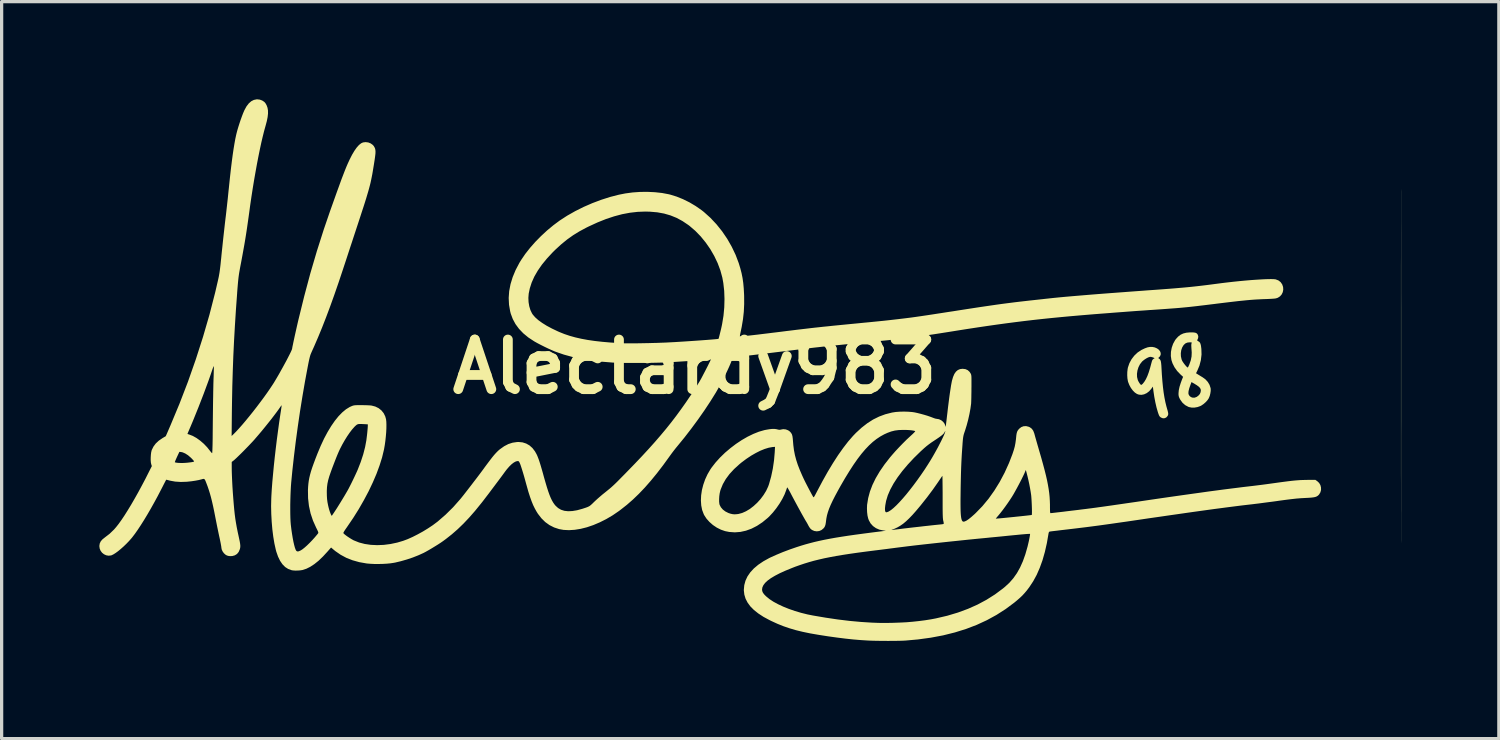
<source format=kicad_pcb>
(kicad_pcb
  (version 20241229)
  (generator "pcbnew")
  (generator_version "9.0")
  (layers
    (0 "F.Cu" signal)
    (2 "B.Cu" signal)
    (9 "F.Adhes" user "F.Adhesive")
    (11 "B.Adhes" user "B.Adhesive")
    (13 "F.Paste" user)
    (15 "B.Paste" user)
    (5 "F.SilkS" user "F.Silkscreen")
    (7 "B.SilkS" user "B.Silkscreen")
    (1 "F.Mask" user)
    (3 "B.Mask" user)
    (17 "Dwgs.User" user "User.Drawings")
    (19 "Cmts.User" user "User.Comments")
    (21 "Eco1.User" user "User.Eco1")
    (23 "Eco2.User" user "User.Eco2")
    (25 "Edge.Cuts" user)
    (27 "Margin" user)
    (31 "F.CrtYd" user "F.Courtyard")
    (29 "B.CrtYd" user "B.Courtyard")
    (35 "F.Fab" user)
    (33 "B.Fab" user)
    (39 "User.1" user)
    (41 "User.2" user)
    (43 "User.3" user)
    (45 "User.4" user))
  (footprint "Alectardy983"
    (layer "F.Cu")
    (at 18.275 8.208)
    (property "Reference" "Alectardy983" (at 0 0 0) (layer "F.SilkS") (effects (font (size 1.524 1.524) (thickness 0.3))))
    (attr board_only exclude_from_pos_files exclude_from_bom)
    (fp_poly (pts (xy 21.687 -5.555) (xy 21.687 -5.524) (xy 21.687 -5.471) (xy 21.688 -5.393) (xy 21.688 -5.292) (xy 21.688 -5.166) (xy 21.688 -5.016) (xy 21.688 -4.842) (xy 21.688 -4.642) (xy 21.688 -4.505) (xy 21.689 -4.108) (xy 21.689 -3.688) (xy 21.689 -3.247) (xy 21.689 -2.79) (xy 21.689 -2.317) (xy 21.69 -1.832) (xy 21.69 -1.337) (xy 21.69 -0.836) (xy 21.69 -0.33) (xy 21.69 0.178) (xy 21.69 0.684) (xy 21.69 1.187) (xy 21.69 1.684) (xy 21.689 2.173) (xy 21.689 2.649) (xy 21.689 3.112) (xy 21.689 3.558) (xy 21.689 3.984) (xy 21.689 4.389) (xy 21.688 4.505) (xy 21.688 4.721) (xy 21.688 4.911) (xy 21.688 5.076) (xy 21.688 5.217) (xy 21.688 5.333) (xy 21.687 5.425) (xy 21.687 5.494) (xy 21.687 5.539) (xy 21.687 5.561) (xy 21.687 5.559) (xy 21.687 5.536) (xy 21.687 5.489) (xy 21.687 5.421) (xy 21.686 5.331) (xy 21.686 5.219) (xy 21.686 5.086) (xy 21.686 4.932) (xy 21.686 4.757) (xy 21.686 4.562) (xy 21.686 4.346) (xy 21.686 4.111) (xy 21.686 3.855) (xy 21.686 3.581) (xy 21.685 3.287) (xy 21.685 2.974) (xy 21.685 2.643) (xy 21.685 2.293) (xy 21.685 1.926) (xy 21.685 1.541) (xy 21.685 1.138) (xy 21.685 0.718) (xy 21.685 0.281) (xy 21.685 0) (xy 21.685 -0.447) (xy 21.685 -0.878) (xy 21.685 -1.292) (xy 21.685 -1.688) (xy 21.685 -2.067) (xy 21.685 -2.427) (xy 21.685 -2.77) (xy 21.685 -3.094) (xy 21.686 -3.4) (xy 21.686 -3.686) (xy 21.686 -3.954) (xy 21.686 -4.202) (xy 21.686 -4.43) (xy 21.686 -4.638) (xy 21.686 -4.825) (xy 21.686 -4.993) (xy 21.686 -5.139) (xy 21.686 -5.264) (xy 21.686 -5.368) (xy 21.687 -5.449) (xy 21.687 -5.509) (xy 21.687 -5.547) (xy 21.687 -5.563)) (stroke (width 0) (type solid)) (fill yes) (layer "F.SilkS"))
    (fp_poly (pts (xy 14.056 -0.607) (xy 14.127 -0.592) (xy 14.196 -0.562) (xy 14.251 -0.522) (xy 14.289 -0.474) (xy 14.308 -0.422) (xy 14.308 -0.37) (xy 14.287 -0.321) (xy 14.265 -0.297) (xy 14.232 -0.266) (xy 14.26 -0.246) (xy 14.283 -0.226) (xy 14.301 -0.198) (xy 14.314 -0.159) (xy 14.322 -0.106) (xy 14.329 -0.033) (xy 14.331 0.006) (xy 14.344 0.235) (xy 14.36 0.441) (xy 14.378 0.627) (xy 14.399 0.795) (xy 14.424 0.948) (xy 14.452 1.089) (xy 14.484 1.219) (xy 14.503 1.286) (xy 14.523 1.356) (xy 14.535 1.408) (xy 14.54 1.445) (xy 14.537 1.474) (xy 14.527 1.5) (xy 14.521 1.511) (xy 14.481 1.557) (xy 14.431 1.581) (xy 14.375 1.583) (xy 14.318 1.561) (xy 14.31 1.556) (xy 14.289 1.539) (xy 14.272 1.52) (xy 14.257 1.493) (xy 14.241 1.452) (xy 14.221 1.393) (xy 14.219 1.386) (xy 14.18 1.25) (xy 14.144 1.094) (xy 14.112 0.925) (xy 14.089 0.772) (xy 14.068 0.611) (xy 14.02 0.678) (xy 13.954 0.754) (xy 13.879 0.811) (xy 13.799 0.848) (xy 13.718 0.864) (xy 13.638 0.857) (xy 13.581 0.837) (xy 13.516 0.794) (xy 13.453 0.731) (xy 13.395 0.653) (xy 13.346 0.564) (xy 13.309 0.47) (xy 13.301 0.441) (xy 13.287 0.359) (xy 13.281 0.262) (xy 13.282 0.218) (xy 13.58 0.218) (xy 13.583 0.317) (xy 13.605 0.407) (xy 13.609 0.417) (xy 13.63 0.46) (xy 13.655 0.502) (xy 13.68 0.535) (xy 13.701 0.556) (xy 13.709 0.559) (xy 13.727 0.55) (xy 13.752 0.529) (xy 13.757 0.524) (xy 13.807 0.461) (xy 13.855 0.382) (xy 13.9 0.285) (xy 13.943 0.169) (xy 13.985 0.031) (xy 14.028 -0.13) (xy 14.028 -0.13) (xy 14.042 -0.18) (xy 14.057 -0.211) (xy 14.077 -0.232) (xy 14.086 -0.239) (xy 14.123 -0.262) (xy 14.073 -0.285) (xy 14.011 -0.302) (xy 13.975 -0.301) (xy 13.924 -0.285) (xy 13.863 -0.253) (xy 13.801 -0.212) (xy 13.744 -0.165) (xy 13.732 -0.152) (xy 13.672 -0.075) (xy 13.626 0.016) (xy 13.595 0.116) (xy 13.58 0.218) (xy 13.282 0.218) (xy 13.283 0.162) (xy 13.294 0.067) (xy 13.302 0.025) (xy 13.347 -0.106) (xy 13.413 -0.229) (xy 13.498 -0.34) (xy 13.599 -0.436) (xy 13.713 -0.512) (xy 13.725 -0.518) (xy 13.824 -0.565) (xy 13.908 -0.595) (xy 13.984 -0.608)) (stroke (width 0) (type solid)) (fill yes) (layer "F.SilkS"))
    (fp_poly (pts (xy 15.316 -1.052) (xy 15.366 -1.045) (xy 15.402 -1.032) (xy 15.428 -1.01) (xy 15.444 -0.988) (xy 15.462 -0.936) (xy 15.458 -0.879) (xy 15.437 -0.831) (xy 15.428 -0.813) (xy 15.434 -0.8) (xy 15.458 -0.784) (xy 15.465 -0.78) (xy 15.495 -0.76) (xy 15.516 -0.734) (xy 15.532 -0.696) (xy 15.545 -0.642) (xy 15.554 -0.569) (xy 15.557 -0.548) (xy 15.562 -0.374) (xy 15.542 -0.202) (xy 15.498 -0.033) (xy 15.431 0.126) (xy 15.393 0.201) (xy 15.453 0.238) (xy 15.497 0.265) (xy 15.55 0.298) (xy 15.591 0.322) (xy 15.682 0.388) (xy 15.755 0.468) (xy 15.808 0.557) (xy 15.839 0.652) (xy 15.844 0.679) (xy 15.844 0.743) (xy 15.833 0.819) (xy 15.814 0.896) (xy 15.786 0.965) (xy 15.785 0.968) (xy 15.744 1.029) (xy 15.687 1.091) (xy 15.62 1.149) (xy 15.55 1.196) (xy 15.523 1.209) (xy 15.439 1.239) (xy 15.347 1.255) (xy 15.257 1.255) (xy 15.177 1.239) (xy 15.16 1.233) (xy 15.061 1.18) (xy 14.978 1.107) (xy 14.91 1.013) (xy 14.894 0.984) (xy 14.873 0.939) (xy 14.861 0.9) (xy 14.856 0.857) (xy 14.856 0.813) (xy 14.856 0.812) (xy 15.159 0.812) (xy 15.164 0.846) (xy 15.193 0.897) (xy 15.238 0.933) (xy 15.292 0.951) (xy 15.352 0.95) (xy 15.411 0.928) (xy 15.424 0.92) (xy 15.477 0.878) (xy 15.512 0.835) (xy 15.533 0.783) (xy 15.541 0.734) (xy 15.536 0.691) (xy 15.514 0.651) (xy 15.475 0.611) (xy 15.415 0.567) (xy 15.356 0.531) (xy 15.254 0.472) (xy 15.221 0.56) (xy 15.185 0.663) (xy 15.164 0.748) (xy 15.159 0.812) (xy 14.856 0.812) (xy 14.864 0.722) (xy 14.887 0.615) (xy 14.925 0.495) (xy 14.96 0.4) (xy 14.996 0.311) (xy 14.915 0.237) (xy 14.814 0.132) (xy 14.732 0.016) (xy 14.671 -0.105) (xy 14.638 -0.204) (xy 14.62 -0.327) (xy 14.622 -0.413) (xy 14.926 -0.413) (xy 14.929 -0.318) (xy 14.949 -0.227) (xy 14.967 -0.183) (xy 14.988 -0.147) (xy 15.017 -0.105) (xy 15.05 -0.062) (xy 15.083 -0.023) (xy 15.113 0.008) (xy 15.134 0.024) (xy 15.138 0.025) (xy 15.148 0.015) (xy 15.163 -0.014) (xy 15.182 -0.056) (xy 15.188 -0.069) (xy 15.232 -0.195) (xy 15.256 -0.314) (xy 15.261 -0.434) (xy 15.258 -0.483) (xy 15.252 -0.562) (xy 15.249 -0.621) (xy 15.248 -0.663) (xy 15.25 -0.694) (xy 15.255 -0.716) (xy 15.257 -0.721) (xy 15.261 -0.737) (xy 15.255 -0.746) (xy 15.232 -0.749) (xy 15.202 -0.749) (xy 15.128 -0.741) (xy 15.067 -0.715) (xy 15.016 -0.668) (xy 15.013 -0.665) (xy 14.969 -0.593) (xy 14.939 -0.507) (xy 14.926 -0.413) (xy 14.622 -0.413) (xy 14.623 -0.454) (xy 14.647 -0.582) (xy 14.689 -0.703) (xy 14.749 -0.812) (xy 14.774 -0.847) (xy 14.844 -0.924) (xy 14.918 -0.981) (xy 15.001 -1.02) (xy 15.098 -1.044) (xy 15.211 -1.054) (xy 15.246 -1.054)) (stroke (width 0) (type solid)) (fill yes) (layer "F.SilkS"))
    (fp_poly (pts (xy 8.312 0.074) (xy 8.383 0.105) (xy 8.441 0.158) (xy 8.475 0.21) (xy 8.482 0.225) (xy 8.488 0.241) (xy 8.492 0.26) (xy 8.496 0.287) (xy 8.498 0.323) (xy 8.499 0.372) (xy 8.499 0.436) (xy 8.499 0.519) (xy 8.499 0.624) (xy 8.498 0.66) (xy 8.498 0.762) (xy 8.496 0.859) (xy 8.495 0.947) (xy 8.493 1.023) (xy 8.491 1.082) (xy 8.489 1.121) (xy 8.489 1.13) (xy 8.468 1.284) (xy 8.437 1.453) (xy 8.398 1.627) (xy 8.352 1.8) (xy 8.301 1.964) (xy 8.294 1.984) (xy 8.276 2.037) (xy 8.262 2.082) (xy 8.252 2.124) (xy 8.244 2.169) (xy 8.237 2.222) (xy 8.231 2.288) (xy 8.224 2.374) (xy 8.224 2.384) (xy 8.213 2.537) (xy 8.203 2.682) (xy 8.195 2.824) (xy 8.188 2.966) (xy 8.182 3.114) (xy 8.177 3.271) (xy 8.173 3.442) (xy 8.169 3.632) (xy 8.167 3.74) (xy 8.165 3.922) (xy 8.163 4.081) (xy 8.163 4.218) (xy 8.164 4.334) (xy 8.166 4.433) (xy 8.17 4.514) (xy 8.176 4.581) (xy 8.183 4.635) (xy 8.192 4.678) (xy 8.203 4.711) (xy 8.216 4.736) (xy 8.221 4.742) (xy 8.247 4.758) (xy 8.288 4.752) (xy 8.343 4.727) (xy 8.412 4.681) (xy 8.433 4.664) (xy 9.246 4.664) (xy 9.258 4.664) (xy 9.292 4.661) (xy 9.345 4.657) (xy 9.414 4.651) (xy 9.496 4.643) (xy 9.588 4.634) (xy 9.686 4.624) (xy 9.788 4.614) (xy 9.89 4.603) (xy 9.989 4.593) (xy 10.082 4.583) (xy 10.166 4.574) (xy 10.238 4.566) (xy 10.295 4.559) (xy 10.333 4.554) (xy 10.35 4.551) (xy 10.35 4.551) (xy 10.354 4.535) (xy 10.355 4.498) (xy 10.356 4.443) (xy 10.355 4.377) (xy 10.353 4.301) (xy 10.35 4.221) (xy 10.346 4.141) (xy 10.342 4.066) (xy 10.337 3.998) (xy 10.332 3.943) (xy 10.331 3.937) (xy 10.317 3.843) (xy 10.298 3.732) (xy 10.275 3.612) (xy 10.249 3.49) (xy 10.222 3.375) (xy 10.197 3.277) (xy 10.168 3.169) (xy 10.142 3.232) (xy 10.118 3.288) (xy 10.083 3.361) (xy 10.041 3.447) (xy 9.993 3.541) (xy 9.941 3.64) (xy 9.889 3.737) (xy 9.838 3.829) (xy 9.792 3.911) (xy 9.751 3.979) (xy 9.747 3.986) (xy 9.683 4.084) (xy 9.612 4.189) (xy 9.536 4.296) (xy 9.46 4.399) (xy 9.388 4.491) (xy 9.325 4.568) (xy 9.314 4.58) (xy 9.283 4.617) (xy 9.259 4.646) (xy 9.246 4.662) (xy 9.246 4.664) (xy 8.433 4.664) (xy 8.495 4.614) (xy 8.592 4.528) (xy 8.633 4.489) (xy 8.834 4.282) (xy 9.024 4.053) (xy 9.201 3.804) (xy 9.366 3.537) (xy 9.517 3.253) (xy 9.652 2.955) (xy 9.756 2.686) (xy 9.797 2.563) (xy 9.828 2.452) (xy 9.849 2.343) (xy 9.865 2.226) (xy 9.869 2.185) (xy 9.877 2.105) (xy 9.887 2.045) (xy 9.9 1.999) (xy 9.919 1.961) (xy 9.945 1.926) (xy 9.968 1.901) (xy 10.03 1.853) (xy 10.102 1.827) (xy 10.179 1.824) (xy 10.258 1.844) (xy 10.297 1.863) (xy 10.353 1.906) (xy 10.396 1.967) (xy 10.427 2.047) (xy 10.433 2.069) (xy 10.442 2.101) (xy 10.456 2.153) (xy 10.476 2.223) (xy 10.5 2.307) (xy 10.527 2.401) (xy 10.556 2.501) (xy 10.578 2.577) (xy 10.642 2.797) (xy 10.697 2.996) (xy 10.745 3.176) (xy 10.786 3.34) (xy 10.82 3.489) (xy 10.847 3.627) (xy 10.869 3.757) (xy 10.886 3.879) (xy 10.898 3.998) (xy 10.905 4.115) (xy 10.909 4.233) (xy 10.909 4.305) (xy 10.91 4.381) (xy 10.911 4.435) (xy 10.914 4.47) (xy 10.919 4.489) (xy 10.925 4.496) (xy 10.926 4.496) (xy 10.945 4.494) (xy 10.986 4.49) (xy 11.047 4.483) (xy 11.124 4.474) (xy 11.215 4.464) (xy 11.317 4.452) (xy 11.427 4.438) (xy 11.543 4.424) (xy 11.661 4.41) (xy 11.779 4.396) (xy 11.894 4.381) (xy 12.003 4.368) (xy 12.102 4.355) (xy 12.191 4.344) (xy 12.249 4.336) (xy 12.319 4.327) (xy 12.41 4.314) (xy 12.521 4.299) (xy 12.648 4.281) (xy 12.789 4.261) (xy 12.941 4.239) (xy 13.1 4.216) (xy 13.265 4.192) (xy 13.431 4.168) (xy 13.576 4.147) (xy 13.955 4.091) (xy 14.31 4.039) (xy 14.642 3.991) (xy 14.953 3.947) (xy 15.245 3.906) (xy 15.518 3.868) (xy 15.773 3.832) (xy 16.014 3.8) (xy 16.239 3.77) (xy 16.452 3.743) (xy 16.652 3.718) (xy 16.842 3.694) (xy 17.023 3.673) (xy 17.101 3.664) (xy 17.193 3.653) (xy 17.304 3.639) (xy 17.426 3.624) (xy 17.553 3.607) (xy 17.677 3.59) (xy 17.786 3.575) (xy 17.95 3.552) (xy 18.093 3.533) (xy 18.216 3.517) (xy 18.325 3.504) (xy 18.422 3.494) (xy 18.509 3.487) (xy 18.592 3.481) (xy 18.672 3.478) (xy 18.753 3.476) (xy 18.809 3.475) (xy 19.056 3.473) (xy 19.115 3.514) (xy 19.172 3.568) (xy 19.211 3.634) (xy 19.23 3.708) (xy 19.231 3.784) (xy 19.211 3.857) (xy 19.172 3.922) (xy 19.149 3.946) (xy 19.121 3.969) (xy 19.088 3.987) (xy 19.048 4.001) (xy 18.995 4.011) (xy 18.928 4.019) (xy 18.84 4.025) (xy 18.796 4.027) (xy 18.709 4.032) (xy 18.629 4.036) (xy 18.553 4.042) (xy 18.477 4.048) (xy 18.396 4.057) (xy 18.308 4.067) (xy 18.209 4.079) (xy 18.094 4.094) (xy 17.961 4.112) (xy 17.85 4.128) (xy 17.726 4.145) (xy 17.592 4.162) (xy 17.455 4.18) (xy 17.321 4.198) (xy 17.197 4.213) (xy 17.09 4.226) (xy 17.062 4.229) (xy 16.923 4.245) (xy 16.779 4.262) (xy 16.629 4.281) (xy 16.473 4.301) (xy 16.309 4.322) (xy 16.136 4.345) (xy 15.952 4.369) (xy 15.756 4.396) (xy 15.546 4.425) (xy 15.323 4.456) (xy 15.084 4.49) (xy 14.827 4.527) (xy 14.553 4.566) (xy 14.258 4.609) (xy 13.943 4.654) (xy 13.606 4.704) (xy 13.246 4.757) (xy 13.125 4.774) (xy 12.755 4.827) (xy 12.395 4.877) (xy 12.035 4.924) (xy 11.666 4.969) (xy 11.43 4.997) (xy 11.319 5.01) (xy 11.215 5.022) (xy 11.121 5.034) (xy 11.04 5.043) (xy 10.975 5.051) (xy 10.929 5.057) (xy 10.904 5.061) (xy 10.901 5.061) (xy 10.881 5.072) (xy 10.87 5.098) (xy 10.865 5.121) (xy 10.814 5.416) (xy 10.752 5.689) (xy 10.68 5.941) (xy 10.596 6.174) (xy 10.502 6.389) (xy 10.395 6.586) (xy 10.275 6.768) (xy 10.197 6.871) (xy 10.129 6.951) (xy 10.061 7.025) (xy 9.985 7.097) (xy 9.898 7.173) (xy 9.816 7.241) (xy 9.549 7.44) (xy 9.268 7.62) (xy 8.972 7.782) (xy 8.66 7.926) (xy 8.333 8.051) (xy 7.989 8.158) (xy 7.628 8.248) (xy 7.25 8.319) (xy 6.855 8.373) (xy 6.477 8.407) (xy 6.403 8.411) (xy 6.307 8.414) (xy 6.196 8.416) (xy 6.072 8.417) (xy 5.941 8.418) (xy 5.807 8.417) (xy 5.675 8.416) (xy 5.549 8.414) (xy 5.433 8.411) (xy 5.333 8.407) (xy 5.315 8.406) (xy 5.095 8.392) (xy 4.866 8.373) (xy 4.625 8.347) (xy 4.37 8.315) (xy 4.096 8.277) (xy 3.802 8.231) (xy 3.791 8.229) (xy 3.543 8.186) (xy 3.317 8.139) (xy 3.108 8.088) (xy 2.912 8.03) (xy 2.725 7.966) (xy 2.543 7.893) (xy 2.362 7.81) (xy 2.299 7.779) (xy 2.115 7.68) (xy 1.956 7.576) (xy 1.821 7.469) (xy 1.711 7.358) (xy 1.626 7.242) (xy 1.564 7.122) (xy 1.526 6.996) (xy 1.511 6.865) (xy 1.511 6.849) (xy 1.512 6.84) (xy 2.07 6.84) (xy 2.076 6.888) (xy 2.096 6.936) (xy 2.132 6.986) (xy 2.187 7.043) (xy 2.202 7.056) (xy 2.3 7.136) (xy 2.422 7.216) (xy 2.563 7.292) (xy 2.721 7.366) (xy 2.893 7.435) (xy 3.077 7.499) (xy 3.269 7.556) (xy 3.466 7.605) (xy 3.632 7.638) (xy 4.019 7.704) (xy 4.396 7.76) (xy 4.76 7.804) (xy 5.11 7.836) (xy 5.441 7.857) (xy 5.524 7.86) (xy 5.623 7.864) (xy 5.713 7.866) (xy 5.799 7.867) (xy 5.886 7.867) (xy 5.978 7.865) (xy 6.082 7.863) (xy 6.201 7.859) (xy 6.331 7.854) (xy 6.507 7.845) (xy 6.696 7.829) (xy 6.891 7.808) (xy 7.083 7.783) (xy 7.264 7.754) (xy 7.41 7.726) (xy 7.757 7.645) (xy 8.084 7.547) (xy 8.393 7.433) (xy 8.685 7.303) (xy 8.961 7.155) (xy 9.222 6.99) (xy 9.469 6.806) (xy 9.526 6.759) (xy 9.663 6.633) (xy 9.785 6.493) (xy 9.895 6.337) (xy 9.992 6.163) (xy 10.078 5.971) (xy 10.154 5.757) (xy 10.221 5.522) (xy 10.222 5.518) (xy 10.24 5.442) (xy 10.258 5.365) (xy 10.273 5.293) (xy 10.285 5.229) (xy 10.294 5.178) (xy 10.298 5.144) (xy 10.297 5.133) (xy 10.284 5.132) (xy 10.249 5.133) (xy 10.194 5.136) (xy 10.123 5.142) (xy 10.04 5.149) (xy 9.945 5.158) (xy 9.887 5.164) (xy 9.771 5.175) (xy 9.637 5.188) (xy 9.491 5.203) (xy 9.342 5.218) (xy 9.195 5.232) (xy 9.057 5.245) (xy 9.004 5.251) (xy 8.701 5.28) (xy 8.4 5.31) (xy 8.104 5.341) (xy 7.815 5.371) (xy 7.536 5.401) (xy 7.269 5.43) (xy 7.016 5.458) (xy 6.778 5.485) (xy 6.559 5.511) (xy 6.36 5.536) (xy 6.184 5.558) (xy 6.147 5.563) (xy 6.087 5.571) (xy 6.007 5.581) (xy 5.911 5.594) (xy 5.806 5.607) (xy 5.695 5.621) (xy 5.584 5.635) (xy 5.55 5.639) (xy 5.266 5.675) (xy 5.005 5.71) (xy 4.766 5.744) (xy 4.545 5.778) (xy 4.342 5.812) (xy 4.154 5.847) (xy 3.979 5.882) (xy 3.815 5.92) (xy 3.66 5.958) (xy 3.512 6) (xy 3.368 6.044) (xy 3.228 6.091) (xy 3.087 6.141) (xy 2.988 6.18) (xy 2.79 6.261) (xy 2.617 6.339) (xy 2.469 6.416) (xy 2.344 6.49) (xy 2.244 6.563) (xy 2.166 6.635) (xy 2.112 6.705) (xy 2.08 6.775) (xy 2.07 6.84) (xy 1.512 6.84) (xy 1.524 6.707) (xy 1.561 6.57) (xy 1.622 6.439) (xy 1.708 6.314) (xy 1.818 6.194) (xy 1.952 6.081) (xy 2.109 5.975) (xy 2.289 5.875) (xy 2.33 5.855) (xy 2.51 5.774) (xy 2.709 5.691) (xy 2.924 5.61) (xy 3.136 5.537) (xy 3.267 5.495) (xy 3.4 5.455) (xy 3.535 5.418) (xy 3.674 5.382) (xy 3.821 5.348) (xy 3.975 5.315) (xy 4.141 5.283) (xy 4.318 5.251) (xy 4.51 5.22) (xy 4.718 5.188) (xy 4.944 5.156) (xy 5.19 5.123) (xy 5.457 5.088) (xy 5.69 5.059) (xy 5.874 5.036) (xy 5.789 5.026) (xy 5.725 5.013) (xy 6.042 5.013) (xy 6.049 5.014) (xy 6.075 5.011) (xy 6.077 5.011) (xy 6.107 5.007) (xy 6.157 5) (xy 6.22 4.993) (xy 6.292 4.984) (xy 6.331 4.979) (xy 6.401 4.97) (xy 6.489 4.96) (xy 6.589 4.948) (xy 6.699 4.935) (xy 6.816 4.922) (xy 6.934 4.909) (xy 7.052 4.895) (xy 7.166 4.883) (xy 7.271 4.871) (xy 7.364 4.861) (xy 7.442 4.853) (xy 7.502 4.847) (xy 7.533 4.844) (xy 7.581 4.839) (xy 7.62 4.833) (xy 7.642 4.828) (xy 7.643 4.827) (xy 7.648 4.81) (xy 7.643 4.77) (xy 7.635 4.737) (xy 7.63 4.716) (xy 7.626 4.691) (xy 7.623 4.66) (xy 7.62 4.622) (xy 7.618 4.573) (xy 7.616 4.511) (xy 7.615 4.435) (xy 7.614 4.341) (xy 7.614 4.228) (xy 7.614 4.093) (xy 7.614 3.998) (xy 7.614 3.872) (xy 7.613 3.754) (xy 7.612 3.647) (xy 7.611 3.553) (xy 7.61 3.474) (xy 7.609 3.412) (xy 7.608 3.371) (xy 7.606 3.351) (xy 7.606 3.35) (xy 7.596 3.363) (xy 7.575 3.394) (xy 7.545 3.438) (xy 7.508 3.493) (xy 7.474 3.543) (xy 7.316 3.769) (xy 7.138 4.007) (xy 6.941 4.255) (xy 6.916 4.285) (xy 6.796 4.428) (xy 6.687 4.551) (xy 6.586 4.656) (xy 6.492 4.745) (xy 6.403 4.82) (xy 6.315 4.881) (xy 6.228 4.932) (xy 6.139 4.974) (xy 6.093 4.992) (xy 6.056 5.006) (xy 6.042 5.013) (xy 5.725 5.013) (xy 5.671 5.002) (xy 5.566 4.956) (xy 5.476 4.892) (xy 5.402 4.81) (xy 5.348 4.713) (xy 5.327 4.655) (xy 5.307 4.568) (xy 5.295 4.466) (xy 5.291 4.358) (xy 5.291 4.345) (xy 5.844 4.345) (xy 5.845 4.408) (xy 5.855 4.449) (xy 5.873 4.468) (xy 5.884 4.47) (xy 5.912 4.464) (xy 5.95 4.449) (xy 5.965 4.441) (xy 6.031 4.399) (xy 6.107 4.337) (xy 6.194 4.256) (xy 6.288 4.159) (xy 6.39 4.046) (xy 6.497 3.921) (xy 6.607 3.784) (xy 6.72 3.638) (xy 6.834 3.484) (xy 6.948 3.324) (xy 7.06 3.16) (xy 7.168 2.993) (xy 7.242 2.874) (xy 7.297 2.782) (xy 7.354 2.683) (xy 7.411 2.581) (xy 7.467 2.479) (xy 7.519 2.378) (xy 7.568 2.283) (xy 7.61 2.196) (xy 7.646 2.12) (xy 7.673 2.057) (xy 7.69 2.011) (xy 7.696 1.984) (xy 7.691 1.979) (xy 7.681 1.995) (xy 7.678 2.001) (xy 7.663 2.029) (xy 7.64 2.059) (xy 7.607 2.091) (xy 7.561 2.128) (xy 7.5 2.172) (xy 7.421 2.226) (xy 7.359 2.267) (xy 7.267 2.328) (xy 7.19 2.384) (xy 7.119 2.439) (xy 7.048 2.5) (xy 6.968 2.573) (xy 6.949 2.59) (xy 6.736 2.798) (xy 6.545 3.003) (xy 6.376 3.203) (xy 6.23 3.398) (xy 6.107 3.587) (xy 6.007 3.771) (xy 5.93 3.949) (xy 5.878 4.121) (xy 5.853 4.258) (xy 5.844 4.345) (xy 5.291 4.345) (xy 5.294 4.253) (xy 5.296 4.232) (xy 5.328 4.034) (xy 5.382 3.833) (xy 5.459 3.63) (xy 5.559 3.424) (xy 5.683 3.214) (xy 5.831 2.999) (xy 6.003 2.779) (xy 6.062 2.71) (xy 6.161 2.597) (xy 6.272 2.478) (xy 6.388 2.358) (xy 6.503 2.243) (xy 6.612 2.142) (xy 6.641 2.115) (xy 6.689 2.071) (xy 6.729 2.032) (xy 6.758 2.001) (xy 6.772 1.983) (xy 6.772 1.979) (xy 6.75 1.969) (xy 6.706 1.96) (xy 6.645 1.951) (xy 6.572 1.945) (xy 6.491 1.941) (xy 6.406 1.94) (xy 6.401 1.94) (xy 6.266 1.945) (xy 6.148 1.96) (xy 6.036 1.988) (xy 5.922 2.03) (xy 5.82 2.076) (xy 5.701 2.142) (xy 5.585 2.219) (xy 5.469 2.31) (xy 5.354 2.416) (xy 5.238 2.538) (xy 5.121 2.676) (xy 5.001 2.833) (xy 4.878 3.009) (xy 4.751 3.205) (xy 4.618 3.422) (xy 4.479 3.662) (xy 4.4 3.804) (xy 4.312 3.967) (xy 4.238 4.112) (xy 4.177 4.242) (xy 4.128 4.359) (xy 4.091 4.466) (xy 4.063 4.565) (xy 4.045 4.658) (xy 4.038 4.708) (xy 4.028 4.787) (xy 4.018 4.845) (xy 4.004 4.889) (xy 3.987 4.925) (xy 3.962 4.957) (xy 3.958 4.962) (xy 3.897 5.013) (xy 3.827 5.044) (xy 3.75 5.054) (xy 3.674 5.043) (xy 3.604 5.012) (xy 3.564 4.981) (xy 3.538 4.95) (xy 3.51 4.907) (xy 3.493 4.877) (xy 3.466 4.825) (xy 3.434 4.769) (xy 3.414 4.737) (xy 3.395 4.705) (xy 3.366 4.654) (xy 3.328 4.587) (xy 3.283 4.507) (xy 3.234 4.417) (xy 3.181 4.321) (xy 3.127 4.221) (xy 3.073 4.121) (xy 3.021 4.024) (xy 2.973 3.933) (xy 2.94 3.869) (xy 2.908 3.81) (xy 2.88 3.761) (xy 2.859 3.725) (xy 2.845 3.706) (xy 2.842 3.704) (xy 2.835 3.721) (xy 2.823 3.755) (xy 2.813 3.785) (xy 2.762 3.919) (xy 2.692 4.06) (xy 2.606 4.204) (xy 2.509 4.344) (xy 2.403 4.477) (xy 2.293 4.596) (xy 2.244 4.642) (xy 2.081 4.776) (xy 1.915 4.886) (xy 1.747 4.972) (xy 1.576 5.034) (xy 1.405 5.072) (xy 1.234 5.085) (xy 1.063 5.073) (xy 0.937 5.048) (xy 0.807 5.003) (xy 0.681 4.94) (xy 0.562 4.86) (xy 0.455 4.766) (xy 0.364 4.664) (xy 0.293 4.555) (xy 0.279 4.526) (xy 0.231 4.399) (xy 0.203 4.259) (xy 0.193 4.108) (xy 0.195 4.063) (xy 0.752 4.063) (xy 0.752 4.144) (xy 0.76 4.211) (xy 0.767 4.239) (xy 0.806 4.315) (xy 0.866 4.385) (xy 0.944 4.444) (xy 1.037 4.491) (xy 1.106 4.514) (xy 1.168 4.527) (xy 1.225 4.532) (xy 1.289 4.528) (xy 1.345 4.521) (xy 1.46 4.49) (xy 1.577 4.438) (xy 1.696 4.367) (xy 1.811 4.278) (xy 1.922 4.176) (xy 2.025 4.062) (xy 2.116 3.94) (xy 2.195 3.812) (xy 2.257 3.68) (xy 2.283 3.607) (xy 2.349 3.374) (xy 2.401 3.127) (xy 2.438 2.874) (xy 2.459 2.63) (xy 2.468 2.46) (xy 2.386 2.467) (xy 2.275 2.487) (xy 2.151 2.525) (xy 2.017 2.579) (xy 1.877 2.65) (xy 1.732 2.733) (xy 1.587 2.83) (xy 1.445 2.936) (xy 1.378 2.991) (xy 1.212 3.142) (xy 1.071 3.295) (xy 0.956 3.45) (xy 0.866 3.607) (xy 0.801 3.766) (xy 0.787 3.81) (xy 0.769 3.889) (xy 0.757 3.976) (xy 0.752 4.063) (xy 0.195 4.063) (xy 0.2 3.95) (xy 0.224 3.787) (xy 0.266 3.623) (xy 0.323 3.46) (xy 0.396 3.302) (xy 0.484 3.152) (xy 0.52 3.099) (xy 0.643 2.941) (xy 0.782 2.787) (xy 0.935 2.639) (xy 1.099 2.5) (xy 1.27 2.37) (xy 1.446 2.253) (xy 1.624 2.15) (xy 1.801 2.064) (xy 1.974 1.995) (xy 2.141 1.947) (xy 2.191 1.937) (xy 2.296 1.919) (xy 2.382 1.91) (xy 2.453 1.91) (xy 2.512 1.918) (xy 2.534 1.924) (xy 2.583 1.935) (xy 2.619 1.937) (xy 2.645 1.931) (xy 2.72 1.917) (xy 2.799 1.925) (xy 2.872 1.953) (xy 2.925 1.991) (xy 2.961 2.032) (xy 2.987 2.077) (xy 3.003 2.133) (xy 3.013 2.206) (xy 3.016 2.242) (xy 3.03 2.408) (xy 3.05 2.563) (xy 3.079 2.712) (xy 3.118 2.86) (xy 3.167 3.011) (xy 3.229 3.171) (xy 3.304 3.344) (xy 3.346 3.435) (xy 3.373 3.491) (xy 3.407 3.56) (xy 3.447 3.637) (xy 3.489 3.718) (xy 3.531 3.798) (xy 3.57 3.871) (xy 3.604 3.934) (xy 3.631 3.981) (xy 3.64 3.997) (xy 3.647 4.006) (xy 3.654 4.007) (xy 3.664 3.999) (xy 3.678 3.978) (xy 3.698 3.943) (xy 3.726 3.89) (xy 3.763 3.819) (xy 3.927 3.51) (xy 4.088 3.223) (xy 4.248 2.958) (xy 4.405 2.715) (xy 4.56 2.496) (xy 4.711 2.3) (xy 4.859 2.129) (xy 4.952 2.032) (xy 5.126 1.872) (xy 5.301 1.736) (xy 5.479 1.622) (xy 5.663 1.531) (xy 5.854 1.46) (xy 6.055 1.409) (xy 6.064 1.407) (xy 6.173 1.39) (xy 6.298 1.381) (xy 6.43 1.378) (xy 6.561 1.382) (xy 6.682 1.392) (xy 6.75 1.402) (xy 6.838 1.421) (xy 6.938 1.446) (xy 7.044 1.475) (xy 7.147 1.506) (xy 7.24 1.538) (xy 7.301 1.561) (xy 7.35 1.58) (xy 7.394 1.594) (xy 7.425 1.6) (xy 7.428 1.6) (xy 7.5 1.612) (xy 7.569 1.643) (xy 7.628 1.691) (xy 7.672 1.749) (xy 7.688 1.789) (xy 7.706 1.848) (xy 7.713 1.803) (xy 7.717 1.779) (xy 7.722 1.733) (xy 7.73 1.67) (xy 7.739 1.593) (xy 7.749 1.506) (xy 7.76 1.416) (xy 7.779 1.251) (xy 7.799 1.092) (xy 7.818 0.943) (xy 7.837 0.805) (xy 7.856 0.683) (xy 7.872 0.578) (xy 7.888 0.493) (xy 7.9 0.432) (xy 7.934 0.315) (xy 7.974 0.222) (xy 8.023 0.152) (xy 8.08 0.103) (xy 8.147 0.074) (xy 8.225 0.064) (xy 8.227 0.064)) (stroke (width 0) (type solid)) (fill yes) (layer "F.SilkS"))
    (fp_poly (pts (xy -13.347 -8.199) (xy -13.275 -8.172) (xy -13.213 -8.131) (xy -13.178 -8.093) (xy -13.139 -8.024) (xy -13.112 -7.949) (xy -13.098 -7.866) (xy -13.097 -7.771) (xy -13.109 -7.663) (xy -13.134 -7.539) (xy -13.172 -7.396) (xy -13.177 -7.378) (xy -13.217 -7.234) (xy -13.259 -7.066) (xy -13.303 -6.879) (xy -13.347 -6.674) (xy -13.392 -6.453) (xy -13.437 -6.22) (xy -13.481 -5.976) (xy -13.525 -5.725) (xy -13.567 -5.469) (xy -13.607 -5.21) (xy -13.645 -4.951) (xy -13.665 -4.801) (xy -13.694 -4.591) (xy -13.721 -4.402) (xy -13.746 -4.228) (xy -13.771 -4.064) (xy -13.797 -3.904) (xy -13.824 -3.744) (xy -13.854 -3.578) (xy -13.886 -3.401) (xy -13.922 -3.208) (xy -13.938 -3.124) (xy -13.956 -3.031) (xy -13.97 -2.95) (xy -13.983 -2.878) (xy -13.993 -2.81) (xy -14.002 -2.743) (xy -14.01 -2.672) (xy -14.018 -2.593) (xy -14.026 -2.501) (xy -14.035 -2.393) (xy -14.045 -2.264) (xy -14.045 -2.254) (xy -14.082 -1.749) (xy -14.113 -1.263) (xy -14.14 -0.791) (xy -14.162 -0.328) (xy -14.179 0.133) (xy -14.193 0.596) (xy -14.202 1.066) (xy -14.207 1.41) (xy -14.214 2.127) (xy -14.148 2.064) (xy -14.072 1.987) (xy -13.984 1.891) (xy -13.886 1.78) (xy -13.782 1.657) (xy -13.672 1.523) (xy -13.559 1.382) (xy -13.446 1.237) (xy -13.335 1.09) (xy -13.227 0.945) (xy -13.126 0.804) (xy -13.033 0.669) (xy -12.964 0.565) (xy -12.919 0.496) (xy -12.87 0.414) (xy -12.816 0.323) (xy -12.759 0.225) (xy -12.702 0.122) (xy -12.644 0.019) (xy -12.588 -0.084) (xy -12.534 -0.183) (xy -12.486 -0.276) (xy -12.443 -0.36) (xy -12.407 -0.432) (xy -12.38 -0.49) (xy -12.363 -0.532) (xy -12.357 -0.553) (xy -12.354 -0.572) (xy -12.347 -0.613) (xy -12.334 -0.672) (xy -12.319 -0.747) (xy -12.3 -0.835) (xy -12.279 -0.932) (xy -12.256 -1.035) (xy -12.232 -1.142) (xy -12.208 -1.249) (xy -12.184 -1.353) (xy -12.165 -1.435) (xy -11.986 -2.161) (xy -11.798 -2.865) (xy -11.597 -3.549) (xy -11.385 -4.214) (xy -11.196 -4.766) (xy -11.12 -4.979) (xy -11.052 -5.17) (xy -10.991 -5.341) (xy -10.936 -5.492) (xy -10.887 -5.627) (xy -10.844 -5.746) (xy -10.804 -5.851) (xy -10.768 -5.944) (xy -10.736 -6.027) (xy -10.706 -6.101) (xy -10.678 -6.168) (xy -10.651 -6.231) (xy -10.624 -6.289) (xy -10.598 -6.346) (xy -10.591 -6.361) (xy -10.516 -6.508) (xy -10.443 -6.631) (xy -10.372 -6.731) (xy -10.304 -6.807) (xy -10.238 -6.859) (xy -10.181 -6.885) (xy -10.101 -6.895) (xy -10.02 -6.885) (xy -9.946 -6.856) (xy -9.883 -6.811) (xy -9.848 -6.771) (xy -9.826 -6.733) (xy -9.81 -6.696) (xy -9.801 -6.654) (xy -9.797 -6.604) (xy -9.799 -6.542) (xy -9.808 -6.465) (xy -9.821 -6.369) (xy -9.828 -6.324) (xy -9.847 -6.203) (xy -9.865 -6.094) (xy -9.881 -5.995) (xy -9.897 -5.903) (xy -9.914 -5.817) (xy -9.931 -5.733) (xy -9.949 -5.65) (xy -9.97 -5.566) (xy -9.993 -5.478) (xy -10.019 -5.385) (xy -10.049 -5.284) (xy -10.082 -5.172) (xy -10.121 -5.048) (xy -10.165 -4.91) (xy -10.216 -4.755) (xy -10.272 -4.582) (xy -10.336 -4.387) (xy -10.365 -4.299) (xy -10.416 -4.144) (xy -10.47 -3.98) (xy -10.525 -3.811) (xy -10.581 -3.643) (xy -10.635 -3.478) (xy -10.686 -3.322) (xy -10.733 -3.179) (xy -10.775 -3.053) (xy -10.795 -2.991) (xy -10.93 -2.587) (xy -11.061 -2.208) (xy -11.189 -1.851) (xy -11.315 -1.515) (xy -11.438 -1.2) (xy -11.56 -0.904) (xy -11.68 -0.626) (xy -11.736 -0.502) (xy -11.758 -0.453) (xy -11.776 -0.411) (xy -11.792 -0.372) (xy -11.805 -0.331) (xy -11.817 -0.286) (xy -11.83 -0.232) (xy -11.845 -0.164) (xy -11.862 -0.079) (xy -11.882 0.025) (xy -11.963 0.459) (xy -12.04 0.908) (xy -12.114 1.368) (xy -12.182 1.833) (xy -12.245 2.296) (xy -12.301 2.752) (xy -12.35 3.194) (xy -12.385 3.556) (xy -12.394 3.674) (xy -12.401 3.805) (xy -12.407 3.946) (xy -12.411 4.093) (xy -12.414 4.24) (xy -12.414 4.384) (xy -12.413 4.52) (xy -12.41 4.645) (xy -12.405 4.753) (xy -12.398 4.841) (xy -12.397 4.851) (xy -12.38 4.994) (xy -12.36 5.13) (xy -12.339 5.258) (xy -12.317 5.373) (xy -12.294 5.473) (xy -12.272 5.554) (xy -12.25 5.614) (xy -12.247 5.621) (xy -12.226 5.655) (xy -12.201 5.671) (xy -12.168 5.671) (xy -12.121 5.653) (xy -12.088 5.637) (xy -12.036 5.603) (xy -11.971 5.551) (xy -11.898 5.486) (xy -11.82 5.41) (xy -11.739 5.326) (xy -11.66 5.238) (xy -11.585 5.149) (xy -11.559 5.115) (xy -11.553 5.104) (xy -11.554 5.087) (xy -11.561 5.062) (xy -11.578 5.024) (xy -11.605 4.969) (xy -11.618 4.944) (xy -11.716 4.726) (xy -11.79 4.504) (xy -11.84 4.275) (xy -11.867 4.04) (xy -11.87 3.854) (xy -11.292 3.854) (xy -11.29 3.967) (xy -11.284 4.064) (xy -11.272 4.156) (xy -11.253 4.254) (xy -11.238 4.318) (xy -11.221 4.382) (xy -11.202 4.443) (xy -11.182 4.497) (xy -11.164 4.54) (xy -11.149 4.568) (xy -11.139 4.577) (xy -11.138 4.576) (xy -11.128 4.562) (xy -11.107 4.531) (xy -11.077 4.487) (xy -11.042 4.434) (xy -11.028 4.413) (xy -10.984 4.346) (xy -10.931 4.261) (xy -10.872 4.166) (xy -10.811 4.066) (xy -10.751 3.967) (xy -10.696 3.873) (xy -10.652 3.797) (xy -10.621 3.74) (xy -10.582 3.664) (xy -10.538 3.577) (xy -10.492 3.483) (xy -10.446 3.387) (xy -10.404 3.297) (xy -10.367 3.216) (xy -10.346 3.169) (xy -10.251 2.926) (xy -10.174 2.691) (xy -10.116 2.465) (xy -10.078 2.261) (xy -10.069 2.188) (xy -10.059 2.108) (xy -10.05 2.027) (xy -10.043 1.949) (xy -10.037 1.881) (xy -10.034 1.829) (xy -10.033 1.809) (xy -10.033 1.769) (xy -10.182 1.761) (xy -10.251 1.758) (xy -10.301 1.758) (xy -10.338 1.765) (xy -10.369 1.779) (xy -10.4 1.804) (xy -10.438 1.84) (xy -10.45 1.853) (xy -10.518 1.93) (xy -10.592 2.027) (xy -10.668 2.138) (xy -10.744 2.261) (xy -10.817 2.389) (xy -10.884 2.519) (xy -10.902 2.556) (xy -10.929 2.616) (xy -10.963 2.695) (xy -11.001 2.788) (xy -11.041 2.89) (xy -11.082 2.996) (xy -11.122 3.101) (xy -11.158 3.199) (xy -11.189 3.287) (xy -11.213 3.357) (xy -11.218 3.372) (xy -11.251 3.488) (xy -11.273 3.592) (xy -11.286 3.696) (xy -11.292 3.809) (xy -11.292 3.854) (xy -11.87 3.854) (xy -11.871 3.794) (xy -11.871 3.788) (xy -11.866 3.689) (xy -11.858 3.595) (xy -11.846 3.503) (xy -11.829 3.411) (xy -11.806 3.314) (xy -11.777 3.21) (xy -11.74 3.096) (xy -11.694 2.968) (xy -11.64 2.823) (xy -11.579 2.667) (xy -11.479 2.428) (xy -11.376 2.207) (xy -11.268 2.005) (xy -11.158 1.823) (xy -11.046 1.661) (xy -10.933 1.521) (xy -10.818 1.403) (xy -10.704 1.308) (xy -10.589 1.237) (xy -10.519 1.206) (xy -10.491 1.196) (xy -10.463 1.189) (xy -10.431 1.184) (xy -10.39 1.181) (xy -10.336 1.18) (xy -10.264 1.179) (xy -10.217 1.18) (xy -10.138 1.181) (xy -10.062 1.183) (xy -9.995 1.186) (xy -9.944 1.19) (xy -9.918 1.193) (xy -9.803 1.223) (xy -9.701 1.273) (xy -9.615 1.342) (xy -9.547 1.426) (xy -9.498 1.525) (xy -9.474 1.611) (xy -9.465 1.686) (xy -9.462 1.78) (xy -9.463 1.891) (xy -9.469 2.013) (xy -9.48 2.142) (xy -9.494 2.274) (xy -9.512 2.404) (xy -9.534 2.529) (xy -9.539 2.553) (xy -9.595 2.786) (xy -9.672 3.031) (xy -9.766 3.287) (xy -9.879 3.551) (xy -10.007 3.821) (xy -10.152 4.094) (xy -10.31 4.37) (xy -10.482 4.644) (xy -10.667 4.916) (xy -10.68 4.935) (xy -10.724 4.998) (xy -10.754 5.044) (xy -10.773 5.076) (xy -10.782 5.097) (xy -10.782 5.111) (xy -10.779 5.116) (xy -10.752 5.142) (xy -10.708 5.177) (xy -10.653 5.217) (xy -10.592 5.257) (xy -10.532 5.294) (xy -10.477 5.325) (xy -10.458 5.334) (xy -10.3 5.397) (xy -10.126 5.442) (xy -9.94 5.469) (xy -9.744 5.478) (xy -9.542 5.47) (xy -9.335 5.443) (xy -9.128 5.399) (xy -8.949 5.346) (xy -8.81 5.294) (xy -8.658 5.226) (xy -8.5 5.146) (xy -8.34 5.058) (xy -8.185 4.963) (xy -8.039 4.866) (xy -7.908 4.768) (xy -7.893 4.757) (xy -7.647 4.544) (xy -7.414 4.314) (xy -7.193 4.064) (xy -7.146 4.006) (xy -7.086 3.931) (xy -7.017 3.842) (xy -6.94 3.743) (xy -6.858 3.637) (xy -6.775 3.528) (xy -6.691 3.419) (xy -6.611 3.313) (xy -6.537 3.214) (xy -6.471 3.125) (xy -6.448 3.092) (xy -6.358 2.971) (xy -6.28 2.868) (xy -6.213 2.781) (xy -6.154 2.709) (xy -6.101 2.65) (xy -6.052 2.6) (xy -6.006 2.557) (xy -5.976 2.533) (xy -5.848 2.442) (xy -5.72 2.375) (xy -5.59 2.333) (xy -5.456 2.313) (xy -5.404 2.311) (xy -5.283 2.323) (xy -5.171 2.359) (xy -5.07 2.416) (xy -4.98 2.496) (xy -4.902 2.598) (xy -4.853 2.685) (xy -4.83 2.734) (xy -4.808 2.79) (xy -4.784 2.853) (xy -4.759 2.928) (xy -4.731 3.017) (xy -4.7 3.123) (xy -4.664 3.248) (xy -4.625 3.391) (xy -4.577 3.558) (xy -4.534 3.703) (xy -4.494 3.827) (xy -4.456 3.933) (xy -4.419 4.024) (xy -4.382 4.101) (xy -4.345 4.166) (xy -4.306 4.223) (xy -4.268 4.269) (xy -4.191 4.339) (xy -4.102 4.391) (xy -3.999 4.424) (xy -3.884 4.437) (xy -3.754 4.431) (xy -3.609 4.407) (xy -3.448 4.363) (xy -3.336 4.326) (xy -3.288 4.308) (xy -3.251 4.291) (xy -3.22 4.273) (xy -3.188 4.248) (xy -3.15 4.214) (xy -3.101 4.166) (xy -3.092 4.157) (xy -3.038 4.106) (xy -2.971 4.045) (xy -2.896 3.98) (xy -2.822 3.917) (xy -2.775 3.88) (xy -2.712 3.829) (xy -2.658 3.785) (xy -2.609 3.745) (xy -2.564 3.707) (xy -2.52 3.667) (xy -2.474 3.625) (xy -2.425 3.578) (xy -2.369 3.523) (xy -2.305 3.458) (xy -2.229 3.381) (xy -2.139 3.29) (xy -2.071 3.22) (xy -1.833 2.975) (xy -1.613 2.743) (xy -1.409 2.522) (xy -1.219 2.31) (xy -1.042 2.105) (xy -0.874 1.904) (xy -0.715 1.705) (xy -0.563 1.506) (xy -0.415 1.304) (xy -0.269 1.098) (xy -0.125 0.885) (xy -0.073 0.806) (xy -0.023 0.728) (xy 0.028 0.65) (xy 0.076 0.575) (xy 0.116 0.51) (xy 0.147 0.46) (xy 0.153 0.451) (xy 0.175 0.411) (xy 0.205 0.358) (xy 0.239 0.293) (xy 0.277 0.22) (xy 0.317 0.144) (xy 0.357 0.066) (xy 0.395 -0.008) (xy 0.429 -0.077) (xy 0.458 -0.135) (xy 0.48 -0.181) (xy 0.493 -0.21) (xy 0.495 -0.218) (xy 0.485 -0.224) (xy 0.467 -0.223) (xy 0.446 -0.22) (xy 0.403 -0.216) (xy 0.34 -0.211) (xy 0.26 -0.205) (xy 0.165 -0.198) (xy 0.059 -0.191) (xy -0.056 -0.183) (xy -0.176 -0.175) (xy -0.301 -0.167) (xy -0.425 -0.159) (xy -0.548 -0.151) (xy -0.665 -0.144) (xy -0.775 -0.138) (xy -0.857 -0.133) (xy -0.969 -0.128) (xy -1.099 -0.124) (xy -1.241 -0.121) (xy -1.394 -0.118) (xy -1.553 -0.116) (xy -1.713 -0.115) (xy -1.872 -0.115) (xy -2.025 -0.115) (xy -2.169 -0.117) (xy -2.299 -0.119) (xy -2.412 -0.123) (xy -2.504 -0.127) (xy -2.515 -0.127) (xy -2.858 -0.155) (xy -3.179 -0.193) (xy -3.479 -0.242) (xy -3.757 -0.301) (xy -4.015 -0.372) (xy -4.253 -0.454) (xy -4.293 -0.469) (xy -4.384 -0.508) (xy -4.489 -0.555) (xy -4.602 -0.609) (xy -4.714 -0.665) (xy -4.818 -0.719) (xy -4.908 -0.769) (xy -4.928 -0.781) (xy -5.106 -0.898) (xy -5.26 -1.025) (xy -5.391 -1.162) (xy -5.499 -1.308) (xy -5.583 -1.464) (xy -5.645 -1.63) (xy -5.662 -1.697) (xy -5.698 -1.902) (xy -5.708 -2.11) (xy -5.708 -2.112) (xy -5.104 -2.112) (xy -5.098 -1.982) (xy -5.077 -1.857) (xy -5.042 -1.741) (xy -4.994 -1.64) (xy -4.968 -1.6) (xy -4.896 -1.517) (xy -4.8 -1.431) (xy -4.681 -1.345) (xy -4.542 -1.258) (xy -4.383 -1.173) (xy -4.205 -1.088) (xy -4.153 -1.065) (xy -3.998 -1.003) (xy -3.835 -0.948) (xy -3.663 -0.9) (xy -3.478 -0.858) (xy -3.279 -0.821) (xy -3.064 -0.79) (xy -2.831 -0.764) (xy -2.578 -0.742) (xy -2.303 -0.725) (xy -2.172 -0.719) (xy -2.113 -0.717) (xy -2.032 -0.717) (xy -1.933 -0.717) (xy -1.82 -0.718) (xy -1.695 -0.719) (xy -1.564 -0.722) (xy -1.428 -0.724) (xy -1.292 -0.728) (xy -1.159 -0.731) (xy -1.034 -0.736) (xy -0.919 -0.74) (xy -0.832 -0.744) (xy -0.723 -0.75) (xy -0.604 -0.756) (xy -0.478 -0.764) (xy -0.347 -0.772) (xy -0.213 -0.781) (xy -0.079 -0.79) (xy 0.053 -0.799) (xy 0.18 -0.808) (xy 0.299 -0.817) (xy 0.409 -0.825) (xy 0.507 -0.833) (xy 0.591 -0.84) (xy 0.657 -0.846) (xy 0.704 -0.851) (xy 0.73 -0.855) (xy 0.733 -0.856) (xy 0.739 -0.871) (xy 0.749 -0.905) (xy 0.762 -0.955) (xy 0.777 -1.017) (xy 0.794 -1.085) (xy 0.811 -1.155) (xy 0.826 -1.222) (xy 0.839 -1.283) (xy 0.844 -1.308) (xy 0.886 -1.563) (xy 0.91 -1.821) (xy 0.917 -2.078) (xy 0.908 -2.329) (xy 0.881 -2.569) (xy 0.851 -2.735) (xy 0.79 -2.958) (xy 0.707 -3.18) (xy 0.603 -3.398) (xy 0.481 -3.61) (xy 0.341 -3.811) (xy 0.188 -3.999) (xy 0.022 -4.17) (xy -0.154 -4.321) (xy -0.195 -4.352) (xy -0.372 -4.471) (xy -0.553 -4.569) (xy -0.741 -4.645) (xy -0.938 -4.702) (xy -1.147 -4.74) (xy -1.37 -4.759) (xy -1.516 -4.763) (xy -1.751 -4.754) (xy -1.986 -4.727) (xy -2.225 -4.682) (xy -2.469 -4.617) (xy -2.72 -4.534) (xy -2.98 -4.43) (xy -3.252 -4.305) (xy -3.319 -4.272) (xy -3.532 -4.158) (xy -3.729 -4.037) (xy -3.915 -3.905) (xy -4.096 -3.757) (xy -4.277 -3.591) (xy -4.359 -3.51) (xy -4.536 -3.319) (xy -4.689 -3.132) (xy -4.817 -2.947) (xy -4.922 -2.765) (xy -5.003 -2.583) (xy -5.061 -2.402) (xy -5.094 -2.242) (xy -5.104 -2.112) (xy -5.708 -2.112) (xy -5.693 -2.321) (xy -5.652 -2.534) (xy -5.586 -2.75) (xy -5.496 -2.967) (xy -5.38 -3.188) (xy -5.321 -3.284) (xy -5.198 -3.464) (xy -5.053 -3.648) (xy -4.891 -3.832) (xy -4.715 -4.011) (xy -4.529 -4.183) (xy -4.335 -4.344) (xy -4.143 -4.487) (xy -3.915 -4.635) (xy -3.668 -4.775) (xy -3.408 -4.905) (xy -3.139 -5.022) (xy -2.865 -5.125) (xy -2.592 -5.212) (xy -2.324 -5.281) (xy -2.125 -5.32) (xy -1.902 -5.35) (xy -1.673 -5.366) (xy -1.443 -5.368) (xy -1.216 -5.357) (xy -0.999 -5.333) (xy -0.798 -5.295) (xy -0.748 -5.283) (xy -0.554 -5.223) (xy -0.356 -5.143) (xy -0.159 -5.046) (xy 0.031 -4.933) (xy 0.21 -4.809) (xy 0.286 -4.749) (xy 0.485 -4.57) (xy 0.672 -4.371) (xy 0.845 -4.155) (xy 1.002 -3.924) (xy 1.14 -3.682) (xy 1.259 -3.432) (xy 1.354 -3.181) (xy 1.402 -3.023) (xy 1.441 -2.873) (xy 1.471 -2.724) (xy 1.493 -2.57) (xy 1.508 -2.405) (xy 1.518 -2.222) (xy 1.52 -2.172) (xy 1.521 -1.923) (xy 1.51 -1.688) (xy 1.485 -1.459) (xy 1.446 -1.226) (xy 1.421 -1.106) (xy 1.408 -1.044) (xy 1.397 -0.991) (xy 1.391 -0.952) (xy 1.389 -0.932) (xy 1.39 -0.93) (xy 1.404 -0.93) (xy 1.442 -0.932) (xy 1.502 -0.938) (xy 1.583 -0.946) (xy 1.682 -0.957) (xy 1.798 -0.97) (xy 1.93 -0.985) (xy 2.075 -1.003) (xy 2.233 -1.022) (xy 2.402 -1.043) (xy 2.445 -1.048) (xy 2.641 -1.072) (xy 2.821 -1.095) (xy 2.986 -1.115) (xy 3.139 -1.134) (xy 3.283 -1.151) (xy 3.42 -1.167) (xy 3.553 -1.183) (xy 3.685 -1.198) (xy 3.817 -1.212) (xy 3.953 -1.227) (xy 4.095 -1.241) (xy 4.245 -1.257) (xy 4.407 -1.273) (xy 4.582 -1.29) (xy 4.773 -1.309) (xy 4.983 -1.329) (xy 5.215 -1.352) (xy 5.353 -1.365) (xy 5.582 -1.388) (xy 5.812 -1.411) (xy 6.037 -1.436) (xy 6.253 -1.461) (xy 6.454 -1.485) (xy 6.636 -1.508) (xy 6.668 -1.512) (xy 6.732 -1.521) (xy 6.796 -1.53) (xy 6.864 -1.54) (xy 6.936 -1.55) (xy 7.015 -1.562) (xy 7.104 -1.575) (xy 7.203 -1.59) (xy 7.316 -1.607) (xy 7.443 -1.627) (xy 7.588 -1.649) (xy 7.753 -1.675) (xy 7.939 -1.703) (xy 8.09 -1.727) (xy 8.334 -1.765) (xy 8.555 -1.799) (xy 8.757 -1.83) (xy 8.942 -1.857) (xy 9.113 -1.882) (xy 9.272 -1.905) (xy 9.423 -1.926) (xy 9.568 -1.945) (xy 9.71 -1.963) (xy 9.852 -1.981) (xy 9.996 -1.998) (xy 10.145 -2.015) (xy 10.293 -2.032) (xy 10.405 -2.044) (xy 10.514 -2.056) (xy 10.616 -2.067) (xy 10.708 -2.077) (xy 10.785 -2.086) (xy 10.843 -2.092) (xy 10.878 -2.096) (xy 11.027 -2.112) (xy 11.198 -2.129) (xy 11.392 -2.147) (xy 11.609 -2.166) (xy 11.849 -2.186) (xy 12.113 -2.208) (xy 12.4 -2.231) (xy 12.711 -2.255) (xy 13.047 -2.28) (xy 13.407 -2.307) (xy 13.792 -2.335) (xy 13.906 -2.344) (xy 14.134 -2.36) (xy 14.339 -2.375) (xy 14.524 -2.389) (xy 14.692 -2.402) (xy 14.844 -2.415) (xy 14.985 -2.427) (xy 15.115 -2.439) (xy 15.239 -2.451) (xy 15.358 -2.464) (xy 15.476 -2.477) (xy 15.594 -2.491) (xy 15.716 -2.506) (xy 15.843 -2.522) (xy 15.98 -2.54) (xy 16.027 -2.546) (xy 16.202 -2.569) (xy 16.379 -2.59) (xy 16.556 -2.61) (xy 16.731 -2.628) (xy 16.901 -2.644) (xy 17.064 -2.658) (xy 17.218 -2.669) (xy 17.361 -2.678) (xy 17.49 -2.685) (xy 17.604 -2.689) (xy 17.7 -2.69) (xy 17.776 -2.688) (xy 17.829 -2.683) (xy 17.842 -2.68) (xy 17.923 -2.649) (xy 17.989 -2.598) (xy 18.038 -2.528) (xy 18.039 -2.526) (xy 18.066 -2.446) (xy 18.071 -2.365) (xy 18.056 -2.288) (xy 18.022 -2.218) (xy 17.971 -2.16) (xy 17.905 -2.117) (xy 17.846 -2.098) (xy 17.814 -2.093) (xy 17.762 -2.088) (xy 17.695 -2.084) (xy 17.619 -2.08) (xy 17.55 -2.077) (xy 17.449 -2.074) (xy 17.351 -2.069) (xy 17.254 -2.064) (xy 17.156 -2.058) (xy 17.054 -2.05) (xy 16.944 -2.04) (xy 16.826 -2.028) (xy 16.695 -2.015) (xy 16.55 -1.998) (xy 16.388 -1.979) (xy 16.206 -1.957) (xy 16.002 -1.932) (xy 15.989 -1.93) (xy 15.817 -1.909) (xy 15.664 -1.89) (xy 15.527 -1.874) (xy 15.403 -1.859) (xy 15.288 -1.846) (xy 15.181 -1.834) (xy 15.077 -1.824) (xy 14.973 -1.814) (xy 14.866 -1.804) (xy 14.753 -1.795) (xy 14.631 -1.786) (xy 14.496 -1.776) (xy 14.346 -1.765) (xy 14.176 -1.753) (xy 13.985 -1.74) (xy 13.976 -1.74) (xy 13.785 -1.726) (xy 13.579 -1.712) (xy 13.362 -1.696) (xy 13.139 -1.679) (xy 12.911 -1.662) (xy 12.685 -1.644) (xy 12.461 -1.627) (xy 12.245 -1.61) (xy 12.04 -1.593) (xy 11.85 -1.577) (xy 11.678 -1.562) (xy 11.527 -1.549) (xy 11.525 -1.549) (xy 11.227 -1.521) (xy 10.94 -1.493) (xy 10.662 -1.464) (xy 10.389 -1.434) (xy 10.117 -1.402) (xy 9.844 -1.368) (xy 9.567 -1.332) (xy 9.282 -1.293) (xy 8.986 -1.251) (xy 8.677 -1.205) (xy 8.35 -1.155) (xy 8.003 -1.1) (xy 7.836 -1.073) (xy 7.583 -1.033) (xy 7.351 -0.997) (xy 7.135 -0.965) (xy 6.932 -0.935) (xy 6.735 -0.908) (xy 6.543 -0.883) (xy 6.349 -0.86) (xy 6.15 -0.837) (xy 5.942 -0.814) (xy 5.719 -0.792) (xy 5.479 -0.768) (xy 5.417 -0.762) (xy 5.182 -0.74) (xy 4.97 -0.719) (xy 4.779 -0.701) (xy 4.607 -0.684) (xy 4.45 -0.668) (xy 4.306 -0.654) (xy 4.174 -0.64) (xy 4.05 -0.627) (xy 3.933 -0.615) (xy 3.82 -0.602) (xy 3.708 -0.59) (xy 3.596 -0.577) (xy 3.481 -0.563) (xy 3.36 -0.549) (xy 3.232 -0.533) (xy 3.131 -0.521) (xy 2.902 -0.493) (xy 2.698 -0.468) (xy 2.515 -0.446) (xy 2.352 -0.426) (xy 2.207 -0.408) (xy 2.079 -0.393) (xy 1.965 -0.379) (xy 1.864 -0.367) (xy 1.774 -0.356) (xy 1.694 -0.347) (xy 1.621 -0.339) (xy 1.555 -0.331) (xy 1.492 -0.324) (xy 1.486 -0.323) (xy 1.402 -0.314) (xy 1.326 -0.305) (xy 1.262 -0.296) (xy 1.214 -0.289) (xy 1.186 -0.284) (xy 1.179 -0.282) (xy 1.172 -0.267) (xy 1.157 -0.234) (xy 1.137 -0.186) (xy 1.114 -0.127) (xy 1.105 -0.104) (xy 1.065 -0.011) (xy 1.015 0.099) (xy 0.958 0.22) (xy 0.894 0.347) (xy 0.829 0.475) (xy 0.763 0.598) (xy 0.699 0.712) (xy 0.652 0.794) (xy 0.485 1.062) (xy 0.302 1.339) (xy 0.106 1.619) (xy -0.099 1.897) (xy -0.308 2.168) (xy -0.517 2.424) (xy -0.541 2.453) (xy -0.586 2.508) (xy -0.64 2.577) (xy -0.697 2.652) (xy -0.75 2.725) (xy -0.769 2.751) (xy -0.966 3.023) (xy -1.158 3.273) (xy -1.345 3.501) (xy -1.529 3.711) (xy -1.711 3.902) (xy -1.894 4.078) (xy -2.078 4.239) (xy -2.266 4.387) (xy -2.323 4.43) (xy -2.516 4.562) (xy -2.713 4.678) (xy -2.912 4.778) (xy -3.11 4.862) (xy -3.306 4.929) (xy -3.497 4.977) (xy -3.682 5.007) (xy -3.858 5.018) (xy -4.023 5.01) (xy -4.161 4.985) (xy -4.315 4.934) (xy -4.457 4.862) (xy -4.586 4.769) (xy -4.703 4.654) (xy -4.81 4.516) (xy -4.853 4.448) (xy -4.906 4.353) (xy -4.957 4.249) (xy -5.005 4.131) (xy -5.053 3.997) (xy -5.102 3.845) (xy -5.151 3.671) (xy -5.169 3.607) (xy -5.203 3.483) (xy -5.236 3.364) (xy -5.269 3.253) (xy -5.299 3.155) (xy -5.326 3.071) (xy -5.348 3.006) (xy -5.366 2.962) (xy -5.385 2.924) (xy -5.402 2.903) (xy -5.421 2.896) (xy -5.431 2.896) (xy -5.485 2.907) (xy -5.548 2.94) (xy -5.617 2.992) (xy -5.689 3.062) (xy -5.764 3.148) (xy -5.823 3.225) (xy -5.869 3.289) (xy -5.928 3.369) (xy -5.997 3.462) (xy -6.073 3.563) (xy -6.153 3.67) (xy -6.235 3.779) (xy -6.315 3.886) (xy -6.392 3.986) (xy -6.462 4.078) (xy -6.522 4.156) (xy -6.555 4.197) (xy -6.74 4.425) (xy -6.92 4.631) (xy -7.097 4.818) (xy -7.274 4.989) (xy -7.454 5.146) (xy -7.638 5.291) (xy -7.728 5.357) (xy -7.796 5.404) (xy -7.879 5.458) (xy -7.971 5.515) (xy -8.066 5.573) (xy -8.159 5.628) (xy -8.244 5.676) (xy -8.315 5.714) (xy -8.325 5.719) (xy -8.48 5.789) (xy -8.652 5.857) (xy -8.834 5.918) (xy -9.018 5.971) (xy -9.194 6.013) (xy -9.239 6.021) (xy -9.337 6.036) (xy -9.452 6.047) (xy -9.579 6.054) (xy -9.711 6.057) (xy -9.84 6.056) (xy -9.959 6.05) (xy -10.063 6.041) (xy -10.071 6.04) (xy -10.296 6) (xy -10.503 5.942) (xy -10.693 5.867) (xy -10.868 5.773) (xy -11.03 5.661) (xy -11.079 5.621) (xy -11.161 5.551) (xy -11.269 5.674) (xy -11.41 5.827) (xy -11.544 5.956) (xy -11.675 6.061) (xy -11.8 6.143) (xy -11.923 6.204) (xy -12.042 6.242) (xy -12.107 6.252) (xy -12.183 6.258) (xy -12.262 6.259) (xy -12.332 6.254) (xy -12.373 6.247) (xy -12.476 6.21) (xy -12.57 6.15) (xy -12.653 6.066) (xy -12.726 5.96) (xy -12.789 5.83) (xy -12.842 5.679) (xy -12.859 5.615) (xy -12.901 5.426) (xy -12.936 5.217) (xy -12.964 4.993) (xy -12.984 4.759) (xy -12.997 4.52) (xy -13.002 4.281) (xy -12.997 4.047) (xy -12.993 3.956) (xy -12.981 3.756) (xy -12.964 3.534) (xy -12.942 3.295) (xy -12.918 3.042) (xy -12.89 2.779) (xy -12.859 2.511) (xy -12.826 2.239) (xy -12.79 1.97) (xy -12.754 1.705) (xy -12.716 1.449) (xy -12.706 1.385) (xy -12.696 1.318) (xy -12.687 1.26) (xy -12.682 1.216) (xy -12.679 1.19) (xy -12.679 1.185) (xy -12.688 1.192) (xy -12.705 1.214) (xy -12.715 1.229) (xy -12.769 1.307) (xy -12.837 1.4) (xy -12.917 1.506) (xy -13.005 1.621) (xy -13.101 1.741) (xy -13.199 1.863) (xy -13.299 1.985) (xy -13.398 2.102) (xy -13.492 2.211) (xy -13.507 2.229) (xy -13.562 2.29) (xy -13.627 2.359) (xy -13.698 2.434) (xy -13.774 2.512) (xy -13.851 2.591) (xy -13.926 2.666) (xy -13.997 2.735) (xy -14.06 2.796) (xy -14.113 2.845) (xy -14.153 2.88) (xy -14.164 2.888) (xy -14.211 2.924) (xy -14.211 3.072) (xy -14.21 3.198) (xy -14.205 3.345) (xy -14.198 3.507) (xy -14.189 3.682) (xy -14.177 3.865) (xy -14.163 4.05) (xy -14.148 4.234) (xy -14.134 4.388) (xy -14.119 4.528) (xy -14.102 4.661) (xy -14.081 4.792) (xy -14.057 4.928) (xy -14.027 5.077) (xy -14 5.201) (xy -13.979 5.299) (xy -13.963 5.376) (xy -13.953 5.438) (xy -13.948 5.486) (xy -13.948 5.526) (xy -13.952 5.562) (xy -13.96 5.597) (xy -13.963 5.605) (xy -13.998 5.687) (xy -14.049 5.749) (xy -14.116 5.791) (xy -14.196 5.813) (xy -14.265 5.815) (xy -14.319 5.808) (xy -14.362 5.794) (xy -14.404 5.769) (xy -14.453 5.724) (xy -14.493 5.667) (xy -14.52 5.606) (xy -14.529 5.552) (xy -14.531 5.528) (xy -14.539 5.482) (xy -14.55 5.421) (xy -14.565 5.347) (xy -14.582 5.264) (xy -14.592 5.221) (xy -14.614 5.118) (xy -14.639 4.998) (xy -14.665 4.872) (xy -14.689 4.75) (xy -14.711 4.639) (xy -14.713 4.629) (xy -14.749 4.445) (xy -14.783 4.282) (xy -14.816 4.138) (xy -14.848 4.009) (xy -14.881 3.891) (xy -14.915 3.782) (xy -14.951 3.676) (xy -14.983 3.591) (xy -15.008 3.527) (xy -15.027 3.483) (xy -15.044 3.457) (xy -15.062 3.445) (xy -15.084 3.444) (xy -15.114 3.451) (xy -15.126 3.455) (xy -15.221 3.479) (xy -15.333 3.5) (xy -15.456 3.518) (xy -15.581 3.531) (xy -15.592 3.532) (xy -15.778 3.538) (xy -15.947 3.527) (xy -16.101 3.499) (xy -16.129 3.492) (xy -16.173 3.48) (xy -16.207 3.472) (xy -16.223 3.47) (xy -16.224 3.47) (xy -16.23 3.482) (xy -16.246 3.513) (xy -16.271 3.561) (xy -16.303 3.623) (xy -16.34 3.696) (xy -16.382 3.777) (xy -16.386 3.785) (xy -16.487 3.979) (xy -16.591 4.17) (xy -16.695 4.356) (xy -16.799 4.535) (xy -16.901 4.704) (xy -17 4.861) (xy -17.093 5.002) (xy -17.18 5.126) (xy -17.259 5.23) (xy -17.288 5.266) (xy -17.364 5.352) (xy -17.446 5.437) (xy -17.531 5.519) (xy -17.617 5.595) (xy -17.699 5.663) (xy -17.776 5.719) (xy -17.844 5.762) (xy -17.899 5.788) (xy -17.912 5.793) (xy -17.991 5.802) (xy -18.066 5.789) (xy -18.134 5.757) (xy -18.192 5.71) (xy -18.237 5.65) (xy -18.265 5.581) (xy -18.275 5.505) (xy -18.263 5.427) (xy -18.261 5.422) (xy -18.23 5.358) (xy -18.179 5.3) (xy -18.109 5.244) (xy -17.961 5.13) (xy -17.823 4.997) (xy -17.759 4.923) (xy -17.682 4.825) (xy -17.596 4.705) (xy -17.503 4.566) (xy -17.404 4.409) (xy -17.3 4.238) (xy -17.193 4.053) (xy -17.083 3.858) (xy -16.973 3.654) (xy -16.862 3.444) (xy -16.796 3.313) (xy -16.664 3.052) (xy -16.683 2.99) (xy -16.694 2.936) (xy -16.694 2.93) (xy -15.958 2.93) (xy -15.957 2.932) (xy -15.934 2.942) (xy -15.89 2.949) (xy -15.831 2.954) (xy -15.761 2.956) (xy -15.685 2.955) (xy -15.607 2.95) (xy -15.564 2.946) (xy -15.487 2.937) (xy -15.433 2.929) (xy -15.397 2.922) (xy -15.376 2.915) (xy -15.368 2.908) (xy -15.367 2.904) (xy -15.376 2.89) (xy -15.399 2.863) (xy -15.433 2.826) (xy -15.465 2.794) (xy -15.552 2.719) (xy -15.638 2.664) (xy -15.719 2.629) (xy -15.767 2.619) (xy -15.818 2.614) (xy -15.891 2.769) (xy -15.917 2.827) (xy -15.938 2.876) (xy -15.952 2.912) (xy -15.958 2.93) (xy -16.694 2.93) (xy -16.699 2.865) (xy -16.698 2.785) (xy -16.693 2.703) (xy -16.684 2.629) (xy -16.67 2.569) (xy -16.665 2.555) (xy -16.613 2.451) (xy -16.543 2.357) (xy -16.451 2.271) (xy -16.336 2.192) (xy -16.316 2.18) (xy -16.236 2.133) (xy -16.205 2.063) (xy -15.57 2.063) (xy -15.559 2.068) (xy -15.532 2.077) (xy -15.516 2.082) (xy -15.406 2.125) (xy -15.292 2.189) (xy -15.178 2.271) (xy -15.067 2.367) (xy -14.964 2.475) (xy -14.884 2.576) (xy -14.855 2.613) (xy -14.83 2.641) (xy -14.815 2.654) (xy -14.813 2.654) (xy -14.81 2.645) (xy -14.808 2.618) (xy -14.805 2.573) (xy -14.803 2.507) (xy -14.8 2.421) (xy -14.798 2.313) (xy -14.796 2.183) (xy -14.795 2.03) (xy -14.793 1.853) (xy -14.792 1.718) (xy -14.79 1.553) (xy -14.788 1.386) (xy -14.786 1.22) (xy -14.784 1.058) (xy -14.781 0.904) (xy -14.779 0.761) (xy -14.776 0.631) (xy -14.774 0.519) (xy -14.771 0.427) (xy -14.77 0.39) (xy -14.766 0.292) (xy -14.764 0.203) (xy -14.762 0.124) (xy -14.76 0.06) (xy -14.76 0.013) (xy -14.76 -0.012) (xy -14.761 -0.016) (xy -14.766 -0.012) (xy -14.778 0.013) (xy -14.794 0.054) (xy -14.808 0.095) (xy -14.862 0.254) (xy -14.924 0.431) (xy -14.995 0.623) (xy -15.07 0.826) (xy -15.151 1.035) (xy -15.233 1.246) (xy -15.317 1.454) (xy -15.399 1.657) (xy -15.48 1.849) (xy -15.506 1.909) (xy -15.53 1.966) (xy -15.55 2.013) (xy -15.564 2.047) (xy -15.57 2.062) (xy -15.57 2.063) (xy -16.205 2.063) (xy -16.093 1.804) (xy -15.814 1.134) (xy -15.553 0.456) (xy -15.313 -0.228) (xy -15.093 -0.914) (xy -14.894 -1.599) (xy -14.719 -2.28) (xy -14.638 -2.629) (xy -14.622 -2.7) (xy -14.608 -2.765) (xy -14.597 -2.828) (xy -14.586 -2.892) (xy -14.576 -2.962) (xy -14.566 -3.042) (xy -14.555 -3.134) (xy -14.544 -3.244) (xy -14.53 -3.375) (xy -14.529 -3.391) (xy -14.515 -3.53) (xy -14.498 -3.685) (xy -14.481 -3.849) (xy -14.463 -4.015) (xy -14.445 -4.174) (xy -14.429 -4.319) (xy -14.422 -4.381) (xy -14.405 -4.526) (xy -14.39 -4.648) (xy -14.378 -4.753) (xy -14.368 -4.844) (xy -14.359 -4.924) (xy -14.351 -4.998) (xy -14.343 -5.068) (xy -14.335 -5.139) (xy -14.327 -5.215) (xy -14.319 -5.298) (xy -14.309 -5.394) (xy -14.297 -5.504) (xy -14.294 -5.537) (xy -14.265 -5.813) (xy -14.237 -6.064) (xy -14.209 -6.292) (xy -14.182 -6.497) (xy -14.155 -6.681) (xy -14.128 -6.845) (xy -14.102 -6.989) (xy -14.075 -7.115) (xy -14.064 -7.161) (xy -14.04 -7.253) (xy -14.009 -7.358) (xy -13.974 -7.468) (xy -13.937 -7.579) (xy -13.899 -7.684) (xy -13.863 -7.779) (xy -13.83 -7.856) (xy -13.82 -7.878) (xy -13.757 -7.993) (xy -13.688 -8.083) (xy -13.613 -8.149) (xy -13.533 -8.19) (xy -13.446 -8.208) (xy -13.424 -8.208)) (stroke (width 0) (type solid)) (fill yes) (layer "F.SilkS")))
  (gr_rect
    (start -3 -3)
    (end 42.965 19.626)
    (stroke (width 0.1) (type default))
    (fill no)
    (layer "Edge.Cuts")))
</source>
